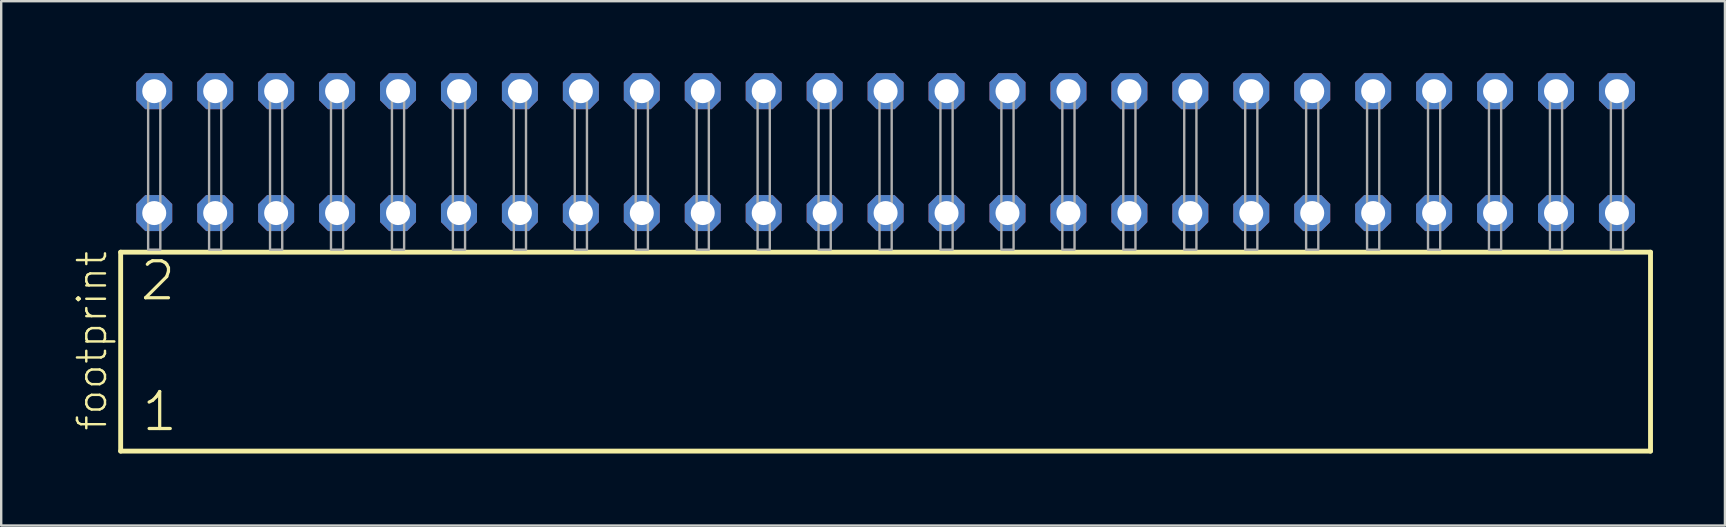
<source format=kicad_pcb>
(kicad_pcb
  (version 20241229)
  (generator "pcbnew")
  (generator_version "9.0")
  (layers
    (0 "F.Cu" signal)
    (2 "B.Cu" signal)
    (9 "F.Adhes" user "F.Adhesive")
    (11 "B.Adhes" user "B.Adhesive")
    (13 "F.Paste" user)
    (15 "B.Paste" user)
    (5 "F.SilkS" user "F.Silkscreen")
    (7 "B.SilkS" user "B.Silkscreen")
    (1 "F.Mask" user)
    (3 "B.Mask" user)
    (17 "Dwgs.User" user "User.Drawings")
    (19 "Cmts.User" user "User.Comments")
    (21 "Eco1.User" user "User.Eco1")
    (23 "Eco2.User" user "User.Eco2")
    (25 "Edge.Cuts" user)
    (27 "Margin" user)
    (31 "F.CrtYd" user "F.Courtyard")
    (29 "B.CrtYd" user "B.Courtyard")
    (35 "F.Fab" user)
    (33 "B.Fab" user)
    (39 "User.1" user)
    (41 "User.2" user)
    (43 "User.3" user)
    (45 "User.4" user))
  (footprint "footprint"
    (layer "F.Cu")
    (at 33.858 7.354)
    (property "Reference" "footprint" (at -32.385 7.62 90) (layer "F.SilkS") (effects (font (size 1.168 1.168) (thickness 0.102)) (justify left bottom)))
    (fp_line (start -31.879 0.106) (end -31.879 8.396) (stroke (width 0.203) (type solid)) (layer "F.SilkS"))
    (fp_line (start -31.879 8.396) (end 31.879 8.396) (stroke (width 0.203) (type solid)) (layer "F.SilkS"))
    (fp_line (start 31.879 0.106) (end -31.879 0.106) (stroke (width 0.203) (type solid)) (layer "F.SilkS"))
    (fp_line (start 31.879 8.396) (end 31.879 0.106) (stroke (width 0.203) (type solid)) (layer "F.SilkS"))
    (fp_poly (pts (xy -30.734 0) (xy -30.226 0) (xy -30.226 -6.858) (xy -30.734 -6.858)) (stroke (width 0.1) (type solid)) (fill no) (layer "F.Fab"))
    (fp_poly (pts (xy -28.194 0) (xy -27.686 0) (xy -27.686 -6.858) (xy -28.194 -6.858)) (stroke (width 0.1) (type solid)) (fill no) (layer "F.Fab"))
    (fp_poly (pts (xy -25.654 0) (xy -25.146 0) (xy -25.146 -6.858) (xy -25.654 -6.858)) (stroke (width 0.1) (type solid)) (fill no) (layer "F.Fab"))
    (fp_poly (pts (xy -23.114 0) (xy -22.606 0) (xy -22.606 -6.858) (xy -23.114 -6.858)) (stroke (width 0.1) (type solid)) (fill no) (layer "F.Fab"))
    (fp_poly (pts (xy -20.574 0) (xy -20.066 0) (xy -20.066 -6.858) (xy -20.574 -6.858)) (stroke (width 0.1) (type solid)) (fill no) (layer "F.Fab"))
    (fp_poly (pts (xy -18.034 0) (xy -17.526 0) (xy -17.526 -6.858) (xy -18.034 -6.858)) (stroke (width 0.1) (type solid)) (fill no) (layer "F.Fab"))
    (fp_poly (pts (xy -15.494 0) (xy -14.986 0) (xy -14.986 -6.858) (xy -15.494 -6.858)) (stroke (width 0.1) (type solid)) (fill no) (layer "F.Fab"))
    (fp_poly (pts (xy -12.954 0) (xy -12.446 0) (xy -12.446 -6.858) (xy -12.954 -6.858)) (stroke (width 0.1) (type solid)) (fill no) (layer "F.Fab"))
    (fp_poly (pts (xy -10.414 0) (xy -9.906 0) (xy -9.906 -6.858) (xy -10.414 -6.858)) (stroke (width 0.1) (type solid)) (fill no) (layer "F.Fab"))
    (fp_poly (pts (xy -7.874 0) (xy -7.366 0) (xy -7.366 -6.858) (xy -7.874 -6.858)) (stroke (width 0.1) (type solid)) (fill no) (layer "F.Fab"))
    (fp_poly (pts (xy -5.334 0) (xy -4.826 0) (xy -4.826 -6.858) (xy -5.334 -6.858)) (stroke (width 0.1) (type solid)) (fill no) (layer "F.Fab"))
    (fp_poly (pts (xy -2.794 0) (xy -2.286 0) (xy -2.286 -6.858) (xy -2.794 -6.858)) (stroke (width 0.1) (type solid)) (fill no) (layer "F.Fab"))
    (fp_poly (pts (xy -0.254 0) (xy 0.254 0) (xy 0.254 -6.858) (xy -0.254 -6.858)) (stroke (width 0.1) (type solid)) (fill no) (layer "F.Fab"))
    (fp_poly (pts (xy 2.286 0) (xy 2.794 0) (xy 2.794 -6.858) (xy 2.286 -6.858)) (stroke (width 0.1) (type solid)) (fill no) (layer "F.Fab"))
    (fp_poly (pts (xy 4.826 0) (xy 5.334 0) (xy 5.334 -6.858) (xy 4.826 -6.858)) (stroke (width 0.1) (type solid)) (fill no) (layer "F.Fab"))
    (fp_poly (pts (xy 7.366 0) (xy 7.874 0) (xy 7.874 -6.858) (xy 7.366 -6.858)) (stroke (width 0.1) (type solid)) (fill no) (layer "F.Fab"))
    (fp_poly (pts (xy 9.906 0) (xy 10.414 0) (xy 10.414 -6.858) (xy 9.906 -6.858)) (stroke (width 0.1) (type solid)) (fill no) (layer "F.Fab"))
    (fp_poly (pts (xy 12.446 0) (xy 12.954 0) (xy 12.954 -6.858) (xy 12.446 -6.858)) (stroke (width 0.1) (type solid)) (fill no) (layer "F.Fab"))
    (fp_poly (pts (xy 14.986 0) (xy 15.494 0) (xy 15.494 -6.858) (xy 14.986 -6.858)) (stroke (width 0.1) (type solid)) (fill no) (layer "F.Fab"))
    (fp_poly (pts (xy 17.526 0) (xy 18.034 0) (xy 18.034 -6.858) (xy 17.526 -6.858)) (stroke (width 0.1) (type solid)) (fill no) (layer "F.Fab"))
    (fp_poly (pts (xy 20.066 0) (xy 20.574 0) (xy 20.574 -6.858) (xy 20.066 -6.858)) (stroke (width 0.1) (type solid)) (fill no) (layer "F.Fab"))
    (fp_poly (pts (xy 22.606 0) (xy 23.114 0) (xy 23.114 -6.858) (xy 22.606 -6.858)) (stroke (width 0.1) (type solid)) (fill no) (layer "F.Fab"))
    (fp_poly (pts (xy 25.146 0) (xy 25.654 0) (xy 25.654 -6.858) (xy 25.146 -6.858)) (stroke (width 0.1) (type solid)) (fill no) (layer "F.Fab"))
    (fp_poly (pts (xy 27.686 0) (xy 28.194 0) (xy 28.194 -6.858) (xy 27.686 -6.858)) (stroke (width 0.1) (type solid)) (fill no) (layer "F.Fab"))
    (fp_poly (pts (xy 30.226 0) (xy 30.734 0) (xy 30.734 -6.858) (xy 30.226 -6.858)) (stroke (width 0.1) (type solid)) (fill no) (layer "F.Fab"))
    (fp_text user "1" (at -31.075 7.65 0) (layer "F.SilkS") (effects (font (size 1.542 1.542) (thickness 0.134)) (justify left bottom)))
    (fp_text user "2" (at -31.15 2.2 0) (layer "F.SilkS") (effects (font (size 1.542 1.542) (thickness 0.134)) (justify left bottom)))
    (pad "1" thru_hole roundrect (at -30.48 -1.524) (size 1.5 1.5) (drill 1) (layers "*.Cu" "*.Mask") (roundrect_rratio 0.25) (chamfer_ratio 0.25) (chamfer top_left top_right bottom_left bottom_right))
    (pad "2" thru_hole roundrect (at -30.48 -6.604) (size 1.5 1.5) (drill 1) (layers "*.Cu" "*.Mask") (roundrect_rratio 0.25) (chamfer_ratio 0.25) (chamfer top_left top_right bottom_left bottom_right))
    (pad "3" thru_hole roundrect (at -27.94 -1.524) (size 1.5 1.5) (drill 1) (layers "*.Cu" "*.Mask") (roundrect_rratio 0.25) (chamfer_ratio 0.25) (chamfer top_left top_right bottom_left bottom_right))
    (pad "4" thru_hole roundrect (at -27.94 -6.604) (size 1.5 1.5) (drill 1) (layers "*.Cu" "*.Mask") (roundrect_rratio 0.25) (chamfer_ratio 0.25) (chamfer top_left top_right bottom_left bottom_right))
    (pad "5" thru_hole roundrect (at -25.4 -1.524) (size 1.5 1.5) (drill 1) (layers "*.Cu" "*.Mask") (roundrect_rratio 0.25) (chamfer_ratio 0.25) (chamfer top_left top_right bottom_left bottom_right))
    (pad "6" thru_hole roundrect (at -25.4 -6.604) (size 1.5 1.5) (drill 1) (layers "*.Cu" "*.Mask") (roundrect_rratio 0.25) (chamfer_ratio 0.25) (chamfer top_left top_right bottom_left bottom_right))
    (pad "7" thru_hole roundrect (at -22.86 -1.524) (size 1.5 1.5) (drill 1) (layers "*.Cu" "*.Mask") (roundrect_rratio 0.25) (chamfer_ratio 0.25) (chamfer top_left top_right bottom_left bottom_right))
    (pad "8" thru_hole roundrect (at -22.86 -6.604) (size 1.5 1.5) (drill 1) (layers "*.Cu" "*.Mask") (roundrect_rratio 0.25) (chamfer_ratio 0.25) (chamfer top_left top_right bottom_left bottom_right))
    (pad "9" thru_hole roundrect (at -20.32 -1.524) (size 1.5 1.5) (drill 1) (layers "*.Cu" "*.Mask") (roundrect_rratio 0.25) (chamfer_ratio 0.25) (chamfer top_left top_right bottom_left bottom_right))
    (pad "10" thru_hole roundrect (at -20.32 -6.604) (size 1.5 1.5) (drill 1) (layers "*.Cu" "*.Mask") (roundrect_rratio 0.25) (chamfer_ratio 0.25) (chamfer top_left top_right bottom_left bottom_right))
    (pad "11" thru_hole roundrect (at -17.78 -1.524) (size 1.5 1.5) (drill 1) (layers "*.Cu" "*.Mask") (roundrect_rratio 0.25) (chamfer_ratio 0.25) (chamfer top_left top_right bottom_left bottom_right))
    (pad "12" thru_hole roundrect (at -17.78 -6.604) (size 1.5 1.5) (drill 1) (layers "*.Cu" "*.Mask") (roundrect_rratio 0.25) (chamfer_ratio 0.25) (chamfer top_left top_right bottom_left bottom_right))
    (pad "13" thru_hole roundrect (at -15.24 -1.524) (size 1.5 1.5) (drill 1) (layers "*.Cu" "*.Mask") (roundrect_rratio 0.25) (chamfer_ratio 0.25) (chamfer top_left top_right bottom_left bottom_right))
    (pad "14" thru_hole roundrect (at -15.24 -6.604) (size 1.5 1.5) (drill 1) (layers "*.Cu" "*.Mask") (roundrect_rratio 0.25) (chamfer_ratio 0.25) (chamfer top_left top_right bottom_left bottom_right))
    (pad "15" thru_hole roundrect (at -12.7 -1.524) (size 1.5 1.5) (drill 1) (layers "*.Cu" "*.Mask") (roundrect_rratio 0.25) (chamfer_ratio 0.25) (chamfer top_left top_right bottom_left bottom_right))
    (pad "16" thru_hole roundrect (at -12.7 -6.604) (size 1.5 1.5) (drill 1) (layers "*.Cu" "*.Mask") (roundrect_rratio 0.25) (chamfer_ratio 0.25) (chamfer top_left top_right bottom_left bottom_right))
    (pad "17" thru_hole roundrect (at -10.16 -1.524) (size 1.5 1.5) (drill 1) (layers "*.Cu" "*.Mask") (roundrect_rratio 0.25) (chamfer_ratio 0.25) (chamfer top_left top_right bottom_left bottom_right))
    (pad "18" thru_hole roundrect (at -10.16 -6.604) (size 1.5 1.5) (drill 1) (layers "*.Cu" "*.Mask") (roundrect_rratio 0.25) (chamfer_ratio 0.25) (chamfer top_left top_right bottom_left bottom_right))
    (pad "19" thru_hole roundrect (at -7.62 -1.524) (size 1.5 1.5) (drill 1) (layers "*.Cu" "*.Mask") (roundrect_rratio 0.25) (chamfer_ratio 0.25) (chamfer top_left top_right bottom_left bottom_right))
    (pad "20" thru_hole roundrect (at -7.62 -6.604) (size 1.5 1.5) (drill 1) (layers "*.Cu" "*.Mask") (roundrect_rratio 0.25) (chamfer_ratio 0.25) (chamfer top_left top_right bottom_left bottom_right))
    (pad "21" thru_hole roundrect (at -5.08 -1.524) (size 1.5 1.5) (drill 1) (layers "*.Cu" "*.Mask") (roundrect_rratio 0.25) (chamfer_ratio 0.25) (chamfer top_left top_right bottom_left bottom_right))
    (pad "22" thru_hole roundrect (at -5.08 -6.604) (size 1.5 1.5) (drill 1) (layers "*.Cu" "*.Mask") (roundrect_rratio 0.25) (chamfer_ratio 0.25) (chamfer top_left top_right bottom_left bottom_right))
    (pad "23" thru_hole roundrect (at -2.54 -1.524) (size 1.5 1.5) (drill 1) (layers "*.Cu" "*.Mask") (roundrect_rratio 0.25) (chamfer_ratio 0.25) (chamfer top_left top_right bottom_left bottom_right))
    (pad "24" thru_hole roundrect (at -2.54 -6.604) (size 1.5 1.5) (drill 1) (layers "*.Cu" "*.Mask") (roundrect_rratio 0.25) (chamfer_ratio 0.25) (chamfer top_left top_right bottom_left bottom_right))
    (pad "25" thru_hole roundrect (at 0 -1.524) (size 1.5 1.5) (drill 1) (layers "*.Cu" "*.Mask") (roundrect_rratio 0.25) (chamfer_ratio 0.25) (chamfer top_left top_right bottom_left bottom_right))
    (pad "26" thru_hole roundrect (at 0 -6.604) (size 1.5 1.5) (drill 1) (layers "*.Cu" "*.Mask") (roundrect_rratio 0.25) (chamfer_ratio 0.25) (chamfer top_left top_right bottom_left bottom_right))
    (pad "27" thru_hole roundrect (at 2.54 -1.524) (size 1.5 1.5) (drill 1) (layers "*.Cu" "*.Mask") (roundrect_rratio 0.25) (chamfer_ratio 0.25) (chamfer top_left top_right bottom_left bottom_right))
    (pad "28" thru_hole roundrect (at 2.54 -6.604) (size 1.5 1.5) (drill 1) (layers "*.Cu" "*.Mask") (roundrect_rratio 0.25) (chamfer_ratio 0.25) (chamfer top_left top_right bottom_left bottom_right))
    (pad "29" thru_hole roundrect (at 5.08 -1.524) (size 1.5 1.5) (drill 1) (layers "*.Cu" "*.Mask") (roundrect_rratio 0.25) (chamfer_ratio 0.25) (chamfer top_left top_right bottom_left bottom_right))
    (pad "30" thru_hole roundrect (at 5.08 -6.604) (size 1.5 1.5) (drill 1) (layers "*.Cu" "*.Mask") (roundrect_rratio 0.25) (chamfer_ratio 0.25) (chamfer top_left top_right bottom_left bottom_right))
    (pad "31" thru_hole roundrect (at 7.62 -1.524) (size 1.5 1.5) (drill 1) (layers "*.Cu" "*.Mask") (roundrect_rratio 0.25) (chamfer_ratio 0.25) (chamfer top_left top_right bottom_left bottom_right))
    (pad "32" thru_hole roundrect (at 7.62 -6.604) (size 1.5 1.5) (drill 1) (layers "*.Cu" "*.Mask") (roundrect_rratio 0.25) (chamfer_ratio 0.25) (chamfer top_left top_right bottom_left bottom_right))
    (pad "33" thru_hole roundrect (at 10.16 -1.524) (size 1.5 1.5) (drill 1) (layers "*.Cu" "*.Mask") (roundrect_rratio 0.25) (chamfer_ratio 0.25) (chamfer top_left top_right bottom_left bottom_right))
    (pad "34" thru_hole roundrect (at 10.16 -6.604) (size 1.5 1.5) (drill 1) (layers "*.Cu" "*.Mask") (roundrect_rratio 0.25) (chamfer_ratio 0.25) (chamfer top_left top_right bottom_left bottom_right))
    (pad "35" thru_hole roundrect (at 12.7 -1.524) (size 1.5 1.5) (drill 1) (layers "*.Cu" "*.Mask") (roundrect_rratio 0.25) (chamfer_ratio 0.25) (chamfer top_left top_right bottom_left bottom_right))
    (pad "36" thru_hole roundrect (at 12.7 -6.604) (size 1.5 1.5) (drill 1) (layers "*.Cu" "*.Mask") (roundrect_rratio 0.25) (chamfer_ratio 0.25) (chamfer top_left top_right bottom_left bottom_right))
    (pad "37" thru_hole roundrect (at 15.24 -1.524) (size 1.5 1.5) (drill 1) (layers "*.Cu" "*.Mask") (roundrect_rratio 0.25) (chamfer_ratio 0.25) (chamfer top_left top_right bottom_left bottom_right))
    (pad "38" thru_hole roundrect (at 15.24 -6.604) (size 1.5 1.5) (drill 1) (layers "*.Cu" "*.Mask") (roundrect_rratio 0.25) (chamfer_ratio 0.25) (chamfer top_left top_right bottom_left bottom_right))
    (pad "39" thru_hole roundrect (at 17.78 -1.524) (size 1.5 1.5) (drill 1) (layers "*.Cu" "*.Mask") (roundrect_rratio 0.25) (chamfer_ratio 0.25) (chamfer top_left top_right bottom_left bottom_right))
    (pad "40" thru_hole roundrect (at 17.78 -6.604) (size 1.5 1.5) (drill 1) (layers "*.Cu" "*.Mask") (roundrect_rratio 0.25) (chamfer_ratio 0.25) (chamfer top_left top_right bottom_left bottom_right))
    (pad "41" thru_hole roundrect (at 20.32 -1.524) (size 1.5 1.5) (drill 1) (layers "*.Cu" "*.Mask") (roundrect_rratio 0.25) (chamfer_ratio 0.25) (chamfer top_left top_right bottom_left bottom_right))
    (pad "42" thru_hole roundrect (at 20.32 -6.604) (size 1.5 1.5) (drill 1) (layers "*.Cu" "*.Mask") (roundrect_rratio 0.25) (chamfer_ratio 0.25) (chamfer top_left top_right bottom_left bottom_right))
    (pad "43" thru_hole roundrect (at 22.86 -1.524) (size 1.5 1.5) (drill 1) (layers "*.Cu" "*.Mask") (roundrect_rratio 0.25) (chamfer_ratio 0.25) (chamfer top_left top_right bottom_left bottom_right))
    (pad "44" thru_hole roundrect (at 22.86 -6.604) (size 1.5 1.5) (drill 1) (layers "*.Cu" "*.Mask") (roundrect_rratio 0.25) (chamfer_ratio 0.25) (chamfer top_left top_right bottom_left bottom_right))
    (pad "45" thru_hole roundrect (at 25.4 -1.524) (size 1.5 1.5) (drill 1) (layers "*.Cu" "*.Mask") (roundrect_rratio 0.25) (chamfer_ratio 0.25) (chamfer top_left top_right bottom_left bottom_right))
    (pad "46" thru_hole roundrect (at 25.4 -6.604) (size 1.5 1.5) (drill 1) (layers "*.Cu" "*.Mask") (roundrect_rratio 0.25) (chamfer_ratio 0.25) (chamfer top_left top_right bottom_left bottom_right))
    (pad "47" thru_hole roundrect (at 27.94 -1.524) (size 1.5 1.5) (drill 1) (layers "*.Cu" "*.Mask") (roundrect_rratio 0.25) (chamfer_ratio 0.25) (chamfer top_left top_right bottom_left bottom_right))
    (pad "48" thru_hole roundrect (at 27.94 -6.604) (size 1.5 1.5) (drill 1) (layers "*.Cu" "*.Mask") (roundrect_rratio 0.25) (chamfer_ratio 0.25) (chamfer top_left top_right bottom_left bottom_right))
    (pad "49" thru_hole roundrect (at 30.48 -1.524) (size 1.5 1.5) (drill 1) (layers "*.Cu" "*.Mask") (roundrect_rratio 0.25) (chamfer_ratio 0.25) (chamfer top_left top_right bottom_left bottom_right))
    (pad "50" thru_hole roundrect (at 30.48 -6.604) (size 1.5 1.5) (drill 1) (layers "*.Cu" "*.Mask") (roundrect_rratio 0.25) (chamfer_ratio 0.25) (chamfer top_left top_right bottom_left bottom_right)))
  (gr_rect
    (start -3 -3)
    (end 68.839 18.852)
    (stroke (width 0.1) (type default))
    (fill no)
    (layer "Edge.Cuts")))
</source>
